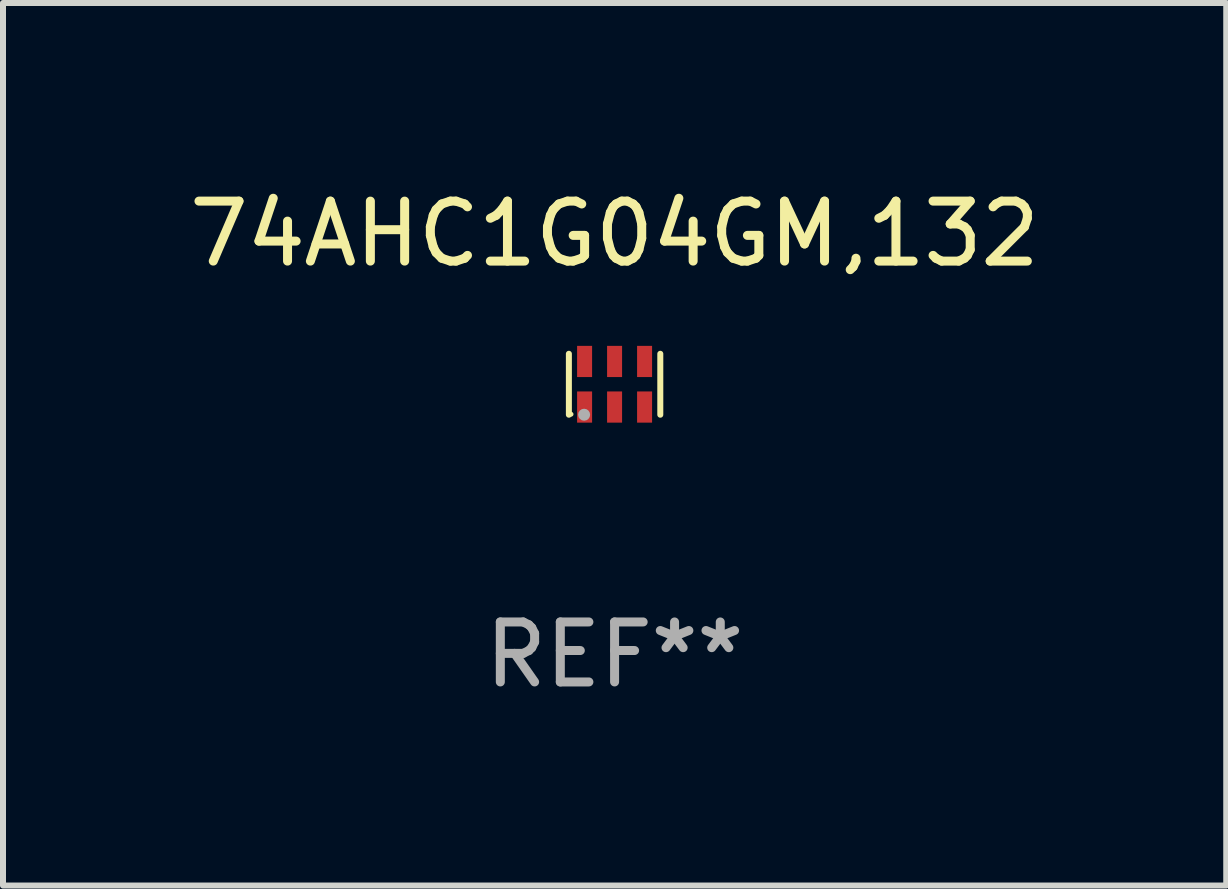
<source format=kicad_pcb>
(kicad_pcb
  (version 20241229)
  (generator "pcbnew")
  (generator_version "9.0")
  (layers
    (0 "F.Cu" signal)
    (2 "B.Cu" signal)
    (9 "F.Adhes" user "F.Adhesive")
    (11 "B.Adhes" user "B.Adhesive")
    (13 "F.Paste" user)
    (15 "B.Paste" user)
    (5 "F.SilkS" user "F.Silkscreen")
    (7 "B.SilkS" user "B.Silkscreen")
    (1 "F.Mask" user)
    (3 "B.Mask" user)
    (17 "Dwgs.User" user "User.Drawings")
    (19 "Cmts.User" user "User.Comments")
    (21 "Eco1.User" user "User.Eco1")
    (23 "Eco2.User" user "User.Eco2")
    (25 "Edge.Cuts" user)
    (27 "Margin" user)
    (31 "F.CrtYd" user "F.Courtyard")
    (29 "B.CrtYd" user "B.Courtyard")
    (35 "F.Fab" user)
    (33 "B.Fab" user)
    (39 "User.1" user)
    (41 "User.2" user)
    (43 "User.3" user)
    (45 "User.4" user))
  (footprint "74AHC1G04GM,132"
    (layer "F.Cu")
    (at 7.196 3.356)
    (property "Reference" "74AHC1G04GM,132" (at 0 -2.508 0) (layer "F.SilkS") (effects (font (size 1 1) (thickness 0.15))))
    (attr through_hole)
    (fp_line (start -0.762 -0.508) (end -0.762 0.508) (stroke (width 0.1) (type solid)) (layer "F.SilkS"))
    (fp_line (start 0.762 -0.508) (end 0.762 0.508) (stroke (width 0.1) (type solid)) (layer "F.SilkS"))
    (fp_circle (center -0.725 0.5) (end -0.705 0.5) (stroke (width 0.04) (type solid)) (fill no) (layer "F.SilkS"))
    (fp_circle (center -0.508 0.508) (end -0.458 0.508) (stroke (width 0.1) (type solid)) (fill no) (layer "F.Fab"))
    (fp_text user "REF**" (at 0 4.508 0) (layer "F.Fab") (effects (font (size 1 1) (thickness 0.15))))
    (pad "1" smd rect (at -0.5 0.38) (size 0.25 0.52) (layers "F.Cu" "F.Mask" "F.Paste"))
    (pad "2" smd rect (at -0.000127 0.38) (size 0.25 0.52) (layers "F.Cu" "F.Mask" "F.Paste"))
    (pad "3" smd rect (at 0.5 0.38) (size 0.25 0.52) (layers "F.Cu" "F.Mask" "F.Paste"))
    (pad "4" smd rect (at 0.5 -0.38 180) (size 0.25 0.52) (layers "F.Cu" "F.Mask" "F.Paste"))
    (pad "5" smd rect (at -0.000127 -0.38 180) (size 0.25 0.52) (layers "F.Cu" "F.Mask" "F.Paste"))
    (pad "6" smd rect (at -0.5 -0.38 180) (size 0.25 0.52) (layers "F.Cu" "F.Mask" "F.Paste")))
  (gr_rect
    (start -3 -3)
    (end 17.393 11.713)
    (stroke (width 0.1) (type default))
    (fill no)
    (layer "Edge.Cuts")))
</source>
